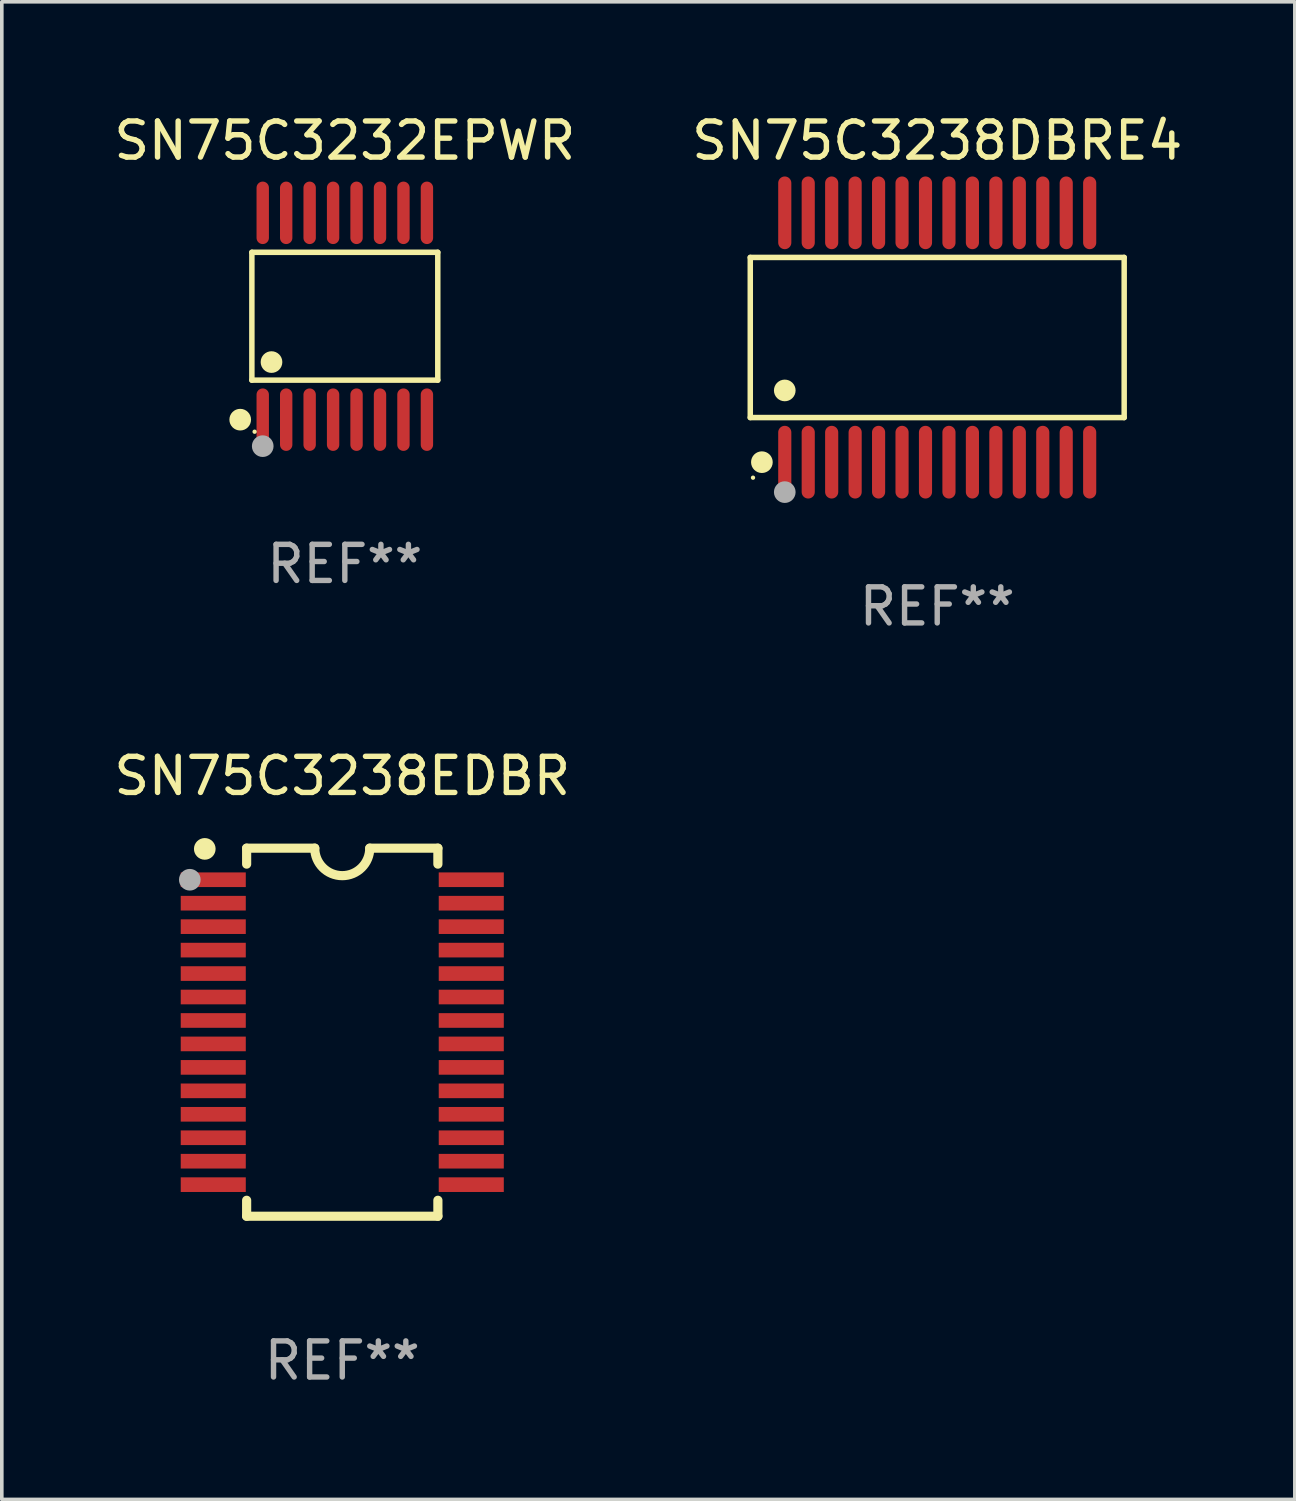
<source format=kicad_pcb>
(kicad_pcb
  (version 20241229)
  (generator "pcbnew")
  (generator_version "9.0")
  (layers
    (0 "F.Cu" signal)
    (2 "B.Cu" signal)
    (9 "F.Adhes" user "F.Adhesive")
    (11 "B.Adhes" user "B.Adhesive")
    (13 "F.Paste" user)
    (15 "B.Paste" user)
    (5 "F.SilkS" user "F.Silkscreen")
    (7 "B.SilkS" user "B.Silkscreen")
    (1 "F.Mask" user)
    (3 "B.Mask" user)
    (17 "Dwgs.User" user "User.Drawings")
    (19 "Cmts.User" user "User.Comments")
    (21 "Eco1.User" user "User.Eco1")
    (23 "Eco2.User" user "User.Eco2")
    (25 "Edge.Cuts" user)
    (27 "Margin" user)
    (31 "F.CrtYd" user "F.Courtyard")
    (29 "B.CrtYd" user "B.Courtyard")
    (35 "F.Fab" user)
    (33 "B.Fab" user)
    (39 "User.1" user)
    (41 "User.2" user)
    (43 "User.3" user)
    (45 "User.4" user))
  (footprint "SN75C3232EPWR"
    (layer "F.Cu")
    (at 6.506 5.714)
    (property "Reference" "SN75C3232EPWR" (at 0 -4.866 0) (layer "F.SilkS") (effects (font (size 1 1) (thickness 0.15))))
    (attr through_hole)
    (fp_line (start -2.576 -1.772) (end 2.576 -1.772) (stroke (width 0.152) (type solid)) (layer "F.SilkS"))
    (fp_line (start -2.576 1.771) (end -2.576 -1.772) (stroke (width 0.152) (type solid)) (layer "F.SilkS"))
    (fp_line (start 2.576 -1.772) (end 2.576 1.771) (stroke (width 0.152) (type solid)) (layer "F.SilkS"))
    (fp_line (start 2.576 1.771) (end -2.576 1.771) (stroke (width 0.152) (type solid)) (layer "F.SilkS"))
    (fp_circle (center -2.899 2.866) (end -2.749 2.866) (stroke (width 0.3) (type solid)) (fill no) (layer "F.SilkS"))
    (fp_circle (center -2.5 3.2) (end -2.47 3.2) (stroke (width 0.06) (type solid)) (fill no) (layer "F.SilkS"))
    (fp_circle (center -2.032 1.27) (end -1.882 1.27) (stroke (width 0.3) (type solid)) (fill no) (layer "F.SilkS"))
    (fp_circle (center -2.275 3.6) (end -2.125 3.6) (stroke (width 0.3) (type solid)) (fill no) (layer "F.Fab"))
    (fp_text user "REF**" (at 0 6.866 0) (layer "F.Fab") (effects (font (size 1 1) (thickness 0.15))))
    (pad "1" smd oval (at -2.275 2.866) (size 0.343 1.731) (layers "F.Cu" "F.Mask" "F.Paste"))
    (pad "2" smd oval (at -1.625 2.866) (size 0.343 1.731) (layers "F.Cu" "F.Mask" "F.Paste"))
    (pad "3" smd oval (at -0.975 2.866) (size 0.343 1.731) (layers "F.Cu" "F.Mask" "F.Paste"))
    (pad "4" smd oval (at -0.325 2.866) (size 0.343 1.731) (layers "F.Cu" "F.Mask" "F.Paste"))
    (pad "5" smd oval (at 0.325 2.866) (size 0.343 1.731) (layers "F.Cu" "F.Mask" "F.Paste"))
    (pad "6" smd oval (at 0.975 2.866) (size 0.343 1.731) (layers "F.Cu" "F.Mask" "F.Paste"))
    (pad "7" smd oval (at 1.625 2.866) (size 0.343 1.731) (layers "F.Cu" "F.Mask" "F.Paste"))
    (pad "8" smd oval (at 2.275 2.866) (size 0.343 1.731) (layers "F.Cu" "F.Mask" "F.Paste"))
    (pad "9" smd oval (at 2.275 -2.866) (size 0.343 1.731) (layers "F.Cu" "F.Mask" "F.Paste"))
    (pad "10" smd oval (at 1.625 -2.866) (size 0.343 1.731) (layers "F.Cu" "F.Mask" "F.Paste"))
    (pad "11" smd oval (at 0.975 -2.866) (size 0.343 1.731) (layers "F.Cu" "F.Mask" "F.Paste"))
    (pad "12" smd oval (at 0.325 -2.866) (size 0.343 1.731) (layers "F.Cu" "F.Mask" "F.Paste"))
    (pad "13" smd oval (at -0.325 -2.866) (size 0.343 1.731) (layers "F.Cu" "F.Mask" "F.Paste"))
    (pad "14" smd oval (at -0.975 -2.866) (size 0.343 1.731) (layers "F.Cu" "F.Mask" "F.Paste"))
    (pad "15" smd oval (at -1.625 -2.866) (size 0.343 1.731) (layers "F.Cu" "F.Mask" "F.Paste"))
    (pad "16" smd oval (at -2.275 -2.866) (size 0.343 1.731) (layers "F.Cu" "F.Mask" "F.Paste")))
  (footprint "SN75C3238DBRE4"
    (layer "F.Cu")
    (at 22.923 6.303)
    (property "Reference" "SN75C3238DBRE4" (at 0 -5.455 0) (layer "F.SilkS") (effects (font (size 1 1) (thickness 0.15))))
    (attr through_hole)
    (fp_line (start -5.181 -2.219) (end 5.181 -2.219) (stroke (width 0.152) (type solid)) (layer "F.SilkS"))
    (fp_line (start -5.181 2.219) (end -5.181 -2.219) (stroke (width 0.152) (type solid)) (layer "F.SilkS"))
    (fp_line (start 5.181 -2.219) (end 5.181 2.219) (stroke (width 0.152) (type solid)) (layer "F.SilkS"))
    (fp_line (start 5.181 2.219) (end -5.181 2.219) (stroke (width 0.152) (type solid)) (layer "F.SilkS"))
    (fp_circle (center -5.105 3.885) (end -5.075 3.885) (stroke (width 0.06) (type solid)) (fill no) (layer "F.SilkS"))
    (fp_circle (center -4.859 3.455) (end -4.709 3.455) (stroke (width 0.3) (type solid)) (fill no) (layer "F.SilkS"))
    (fp_circle (center -4.225 1.467) (end -4.075 1.467) (stroke (width 0.3) (type solid)) (fill no) (layer "F.SilkS"))
    (fp_circle (center -4.225 4.285) (end -4.075 4.285) (stroke (width 0.3) (type solid)) (fill no) (layer "F.Fab"))
    (fp_text user "REF**" (at 0 7.455 0) (layer "F.Fab") (effects (font (size 1 1) (thickness 0.15))))
    (pad "1" smd oval (at -4.225 3.455) (size 0.364 2.015) (layers "F.Cu" "F.Mask" "F.Paste"))
    (pad "2" smd oval (at -3.575 3.455) (size 0.364 2.015) (layers "F.Cu" "F.Mask" "F.Paste"))
    (pad "3" smd oval (at -2.925 3.455) (size 0.364 2.015) (layers "F.Cu" "F.Mask" "F.Paste"))
    (pad "4" smd oval (at -2.275 3.455) (size 0.364 2.015) (layers "F.Cu" "F.Mask" "F.Paste"))
    (pad "5" smd oval (at -1.625 3.455) (size 0.364 2.015) (layers "F.Cu" "F.Mask" "F.Paste"))
    (pad "6" smd oval (at -0.975 3.455) (size 0.364 2.015) (layers "F.Cu" "F.Mask" "F.Paste"))
    (pad "7" smd oval (at -0.325 3.455) (size 0.364 2.015) (layers "F.Cu" "F.Mask" "F.Paste"))
    (pad "8" smd oval (at 0.325 3.455) (size 0.364 2.015) (layers "F.Cu" "F.Mask" "F.Paste"))
    (pad "9" smd oval (at 0.975 3.455) (size 0.364 2.015) (layers "F.Cu" "F.Mask" "F.Paste"))
    (pad "10" smd oval (at 1.625 3.455) (size 0.364 2.015) (layers "F.Cu" "F.Mask" "F.Paste"))
    (pad "11" smd oval (at 2.275 3.455) (size 0.364 2.015) (layers "F.Cu" "F.Mask" "F.Paste"))
    (pad "12" smd oval (at 2.925 3.455) (size 0.364 2.015) (layers "F.Cu" "F.Mask" "F.Paste"))
    (pad "13" smd oval (at 3.575 3.455) (size 0.364 2.015) (layers "F.Cu" "F.Mask" "F.Paste"))
    (pad "14" smd oval (at 4.225 3.455) (size 0.364 2.015) (layers "F.Cu" "F.Mask" "F.Paste"))
    (pad "15" smd oval (at 4.225 -3.455) (size 0.364 2.015) (layers "F.Cu" "F.Mask" "F.Paste"))
    (pad "16" smd oval (at 3.575 -3.455) (size 0.364 2.015) (layers "F.Cu" "F.Mask" "F.Paste"))
    (pad "17" smd oval (at 2.925 -3.455) (size 0.364 2.015) (layers "F.Cu" "F.Mask" "F.Paste"))
    (pad "18" smd oval (at 2.275 -3.455) (size 0.364 2.015) (layers "F.Cu" "F.Mask" "F.Paste"))
    (pad "19" smd oval (at 1.625 -3.455) (size 0.364 2.015) (layers "F.Cu" "F.Mask" "F.Paste"))
    (pad "20" smd oval (at 0.975 -3.455) (size 0.364 2.015) (layers "F.Cu" "F.Mask" "F.Paste"))
    (pad "21" smd oval (at 0.325 -3.455) (size 0.364 2.015) (layers "F.Cu" "F.Mask" "F.Paste"))
    (pad "22" smd oval (at -0.325 -3.455) (size 0.364 2.015) (layers "F.Cu" "F.Mask" "F.Paste"))
    (pad "23" smd oval (at -0.975 -3.455) (size 0.364 2.015) (layers "F.Cu" "F.Mask" "F.Paste"))
    (pad "24" smd oval (at -1.625 -3.455) (size 0.364 2.015) (layers "F.Cu" "F.Mask" "F.Paste"))
    (pad "25" smd oval (at -2.275 -3.455) (size 0.364 2.015) (layers "F.Cu" "F.Mask" "F.Paste"))
    (pad "26" smd oval (at -2.925 -3.455) (size 0.364 2.015) (layers "F.Cu" "F.Mask" "F.Paste"))
    (pad "27" smd oval (at -3.575 -3.455) (size 0.364 2.015) (layers "F.Cu" "F.Mask" "F.Paste"))
    (pad "28" smd oval (at -4.225 -3.455) (size 0.364 2.015) (layers "F.Cu" "F.Mask" "F.Paste")))
  (footprint "SN75C3238EDBR"
    (layer "F.Cu")
    (at 6.435 25.555)
    (property "Reference" "SN75C3238EDBR" (at 0 -7.1 0) (layer "F.SilkS") (effects (font (size 1 1) (thickness 0.15))))
    (attr through_hole)
    (fp_line (start -2.65 -5.1) (end -0.762 -5.1) (stroke (width 0.254) (type solid)) (layer "F.SilkS"))
    (fp_line (start -2.65 -4.658) (end -2.65 -5.1) (stroke (width 0.254) (type solid)) (layer "F.SilkS"))
    (fp_line (start -2.65 5.1) (end -2.65 4.658) (stroke (width 0.254) (type solid)) (layer "F.SilkS"))
    (fp_line (start -2.65 5.1) (end 2.65 5.1) (stroke (width 0.254) (type solid)) (layer "F.SilkS"))
    (fp_line (start 2.65 -5.1) (end 0.762 -5.1) (stroke (width 0.254) (type solid)) (layer "F.SilkS"))
    (fp_line (start 2.65 -5.1) (end 2.65 -4.658) (stroke (width 0.254) (type solid)) (layer "F.SilkS"))
    (fp_line (start 2.65 4.658) (end 2.65 5.1) (stroke (width 0.254) (type solid)) (layer "F.SilkS"))
    (fp_arc (start 0.761925 -5.1) (mid -0.000241 -4.338329) (end -0.762077 -5.10033) (stroke (width 0.254001) (type solid)) (layer "F.SilkS"))
    (fp_circle (center -3.858 -5.07) (end -3.828 -5.07) (stroke (width 0.06) (type solid)) (fill no) (layer "F.SilkS"))
    (fp_circle (center -3.81 -5.08) (end -3.66 -5.08) (stroke (width 0.3) (type solid)) (fill no) (layer "F.SilkS"))
    (fp_circle (center -4.225 -4.225) (end -4.075 -4.225) (stroke (width 0.3) (type solid)) (fill no) (layer "F.Fab"))
    (fp_text user "REF**" (at 0 9.1 0) (layer "F.Fab") (effects (font (size 1 1) (thickness 0.15))))
    (pad "1" smd rect (at -3.575 -4.225) (size 1.803 0.406) (layers "F.Cu" "F.Mask" "F.Paste"))
    (pad "2" smd rect (at -3.575 -3.575) (size 1.803 0.406) (layers "F.Cu" "F.Mask" "F.Paste"))
    (pad "3" smd rect (at -3.575 -2.925) (size 1.803 0.406) (layers "F.Cu" "F.Mask" "F.Paste"))
    (pad "4" smd rect (at -3.575 -2.275) (size 1.803 0.406) (layers "F.Cu" "F.Mask" "F.Paste"))
    (pad "5" smd rect (at -3.575 -1.625) (size 1.803 0.406) (layers "F.Cu" "F.Mask" "F.Paste"))
    (pad "6" smd rect (at -3.575 -0.975) (size 1.803 0.406) (layers "F.Cu" "F.Mask" "F.Paste"))
    (pad "7" smd rect (at -3.575 -0.325) (size 1.803 0.406) (layers "F.Cu" "F.Mask" "F.Paste"))
    (pad "8" smd rect (at -3.575 0.325) (size 1.803 0.406) (layers "F.Cu" "F.Mask" "F.Paste"))
    (pad "9" smd rect (at -3.575 0.975) (size 1.803 0.406) (layers "F.Cu" "F.Mask" "F.Paste"))
    (pad "10" smd rect (at -3.575 1.625) (size 1.803 0.406) (layers "F.Cu" "F.Mask" "F.Paste"))
    (pad "11" smd rect (at -3.575 2.275) (size 1.803 0.406) (layers "F.Cu" "F.Mask" "F.Paste"))
    (pad "12" smd rect (at -3.575 2.925) (size 1.803 0.406) (layers "F.Cu" "F.Mask" "F.Paste"))
    (pad "13" smd rect (at -3.575 3.575) (size 1.803 0.406) (layers "F.Cu" "F.Mask" "F.Paste"))
    (pad "14" smd rect (at -3.575 4.225) (size 1.803 0.406) (layers "F.Cu" "F.Mask" "F.Paste"))
    (pad "15" smd rect (at 3.575 4.225) (size 1.803 0.406) (layers "F.Cu" "F.Mask" "F.Paste"))
    (pad "16" smd rect (at 3.575 3.575) (size 1.803 0.406) (layers "F.Cu" "F.Mask" "F.Paste"))
    (pad "17" smd rect (at 3.575 2.925) (size 1.803 0.406) (layers "F.Cu" "F.Mask" "F.Paste"))
    (pad "18" smd rect (at 3.575 2.275) (size 1.803 0.406) (layers "F.Cu" "F.Mask" "F.Paste"))
    (pad "19" smd rect (at 3.575 1.625) (size 1.803 0.406) (layers "F.Cu" "F.Mask" "F.Paste"))
    (pad "20" smd rect (at 3.575 0.975) (size 1.803 0.406) (layers "F.Cu" "F.Mask" "F.Paste"))
    (pad "21" smd rect (at 3.575 0.325) (size 1.803 0.406) (layers "F.Cu" "F.Mask" "F.Paste"))
    (pad "22" smd rect (at 3.575 -0.325) (size 1.803 0.406) (layers "F.Cu" "F.Mask" "F.Paste"))
    (pad "23" smd rect (at 3.575 -0.975) (size 1.803 0.406) (layers "F.Cu" "F.Mask" "F.Paste"))
    (pad "24" smd rect (at 3.575 -1.625) (size 1.803 0.406) (layers "F.Cu" "F.Mask" "F.Paste"))
    (pad "25" smd rect (at 3.575 -2.275) (size 1.803 0.406) (layers "F.Cu" "F.Mask" "F.Paste"))
    (pad "26" smd rect (at 3.575 -2.925) (size 1.803 0.406) (layers "F.Cu" "F.Mask" "F.Paste"))
    (pad "27" smd rect (at 3.575 -3.575) (size 1.803 0.406) (layers "F.Cu" "F.Mask" "F.Paste"))
    (pad "28" smd rect (at 3.575 -4.225) (size 1.803 0.406) (layers "F.Cu" "F.Mask" "F.Paste")))
  (gr_rect
    (start -3 -3)
    (end 32.833 38.503)
    (stroke (width 0.1) (type default))
    (fill no)
    (layer "Edge.Cuts")))
</source>
